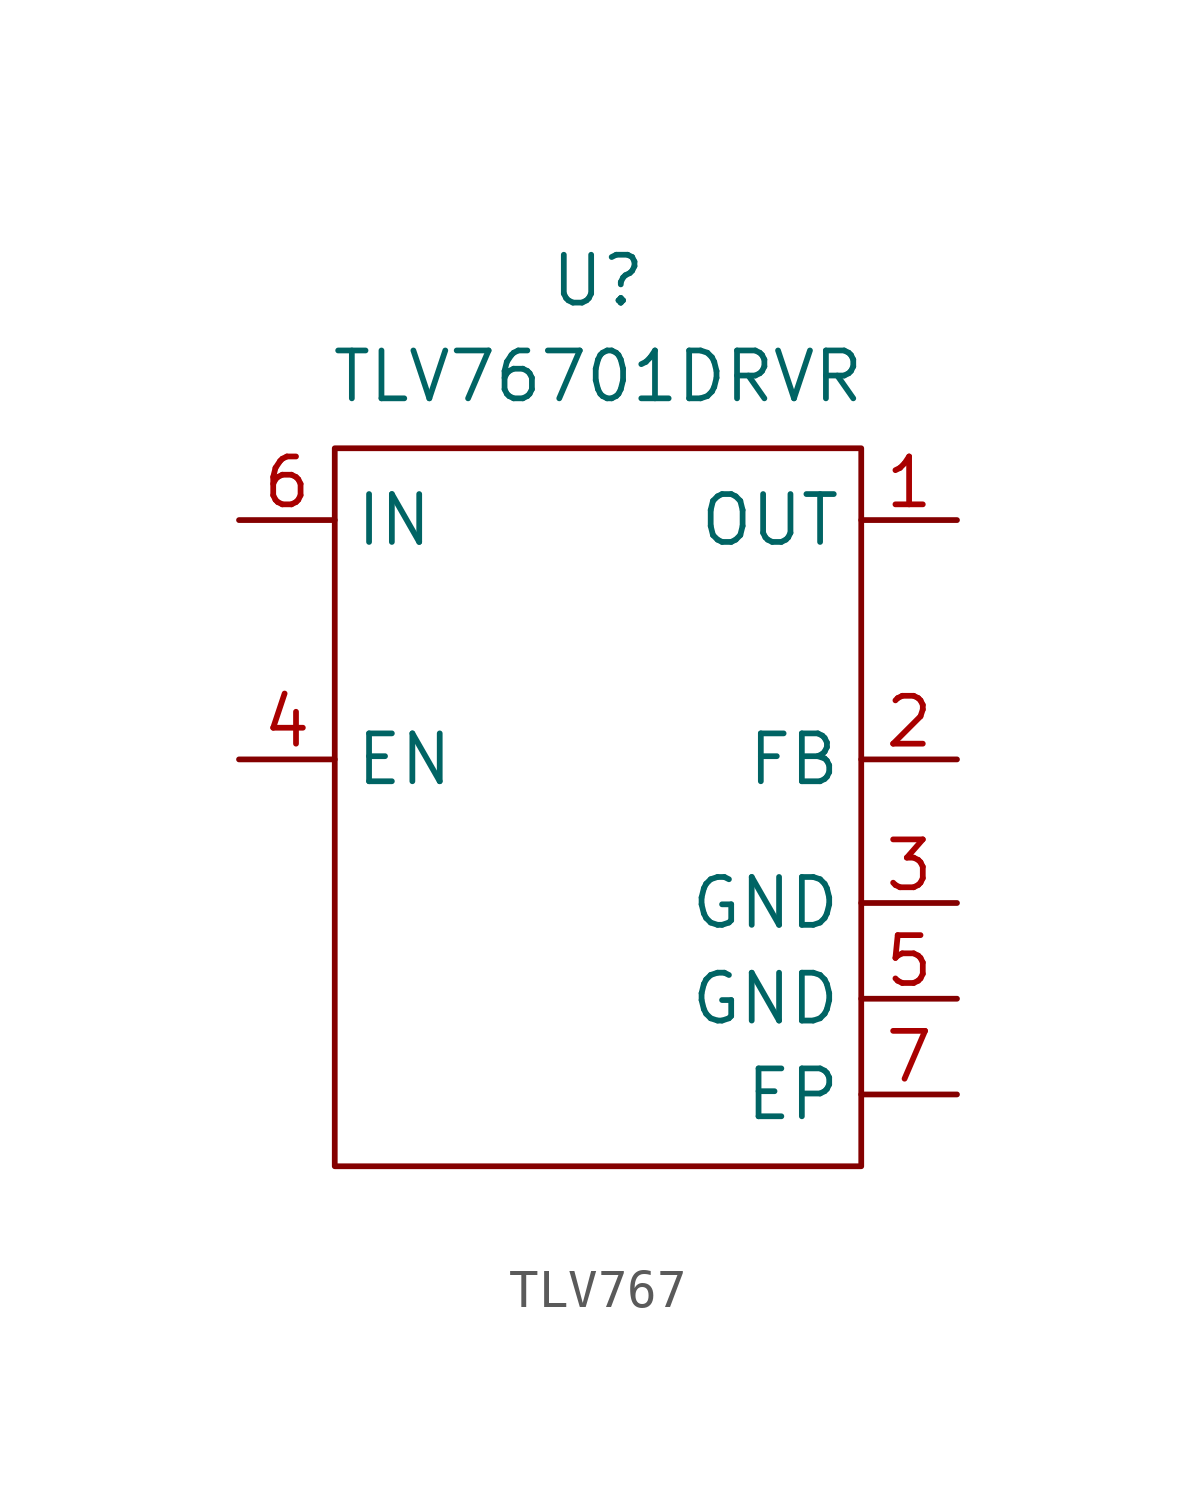
<source format=kicad_sym>
(kicad_symbol_lib
  (version 20231120)
  (generator "kicad_symbol_editor")
  (generator_version "8.0")
  (symbol "TLV767"
    (property "Reference" "U"
      (at 6.985 0 0)
      (effects (font (size 1.27 1.27))))
    (property "Value" "TLV76701DRVR"
      (at 6.985 -2.54 0)
      (effects (font (size 1.27 1.27))))
    (symbol "TLV767_0_1"
      (rectangle (start 0 -4.445) (end 13.97 -23.495) (stroke (width 0) (type default)) (fill (type none))))
    (symbol "TLV767_1_1"
      (pin unspecified line (at 16.51 -6.35 180) (length 2.54) (name "OUT" (effects (font (size 1.27 1.27)))) (number "1" (effects (font (size 1.27 1.27)))))
      (pin unspecified line (at 16.51 -12.7 180) (length 2.54) (name "FB" (effects (font (size 1.27 1.27)))) (number "2" (effects (font (size 1.27 1.27)))))
      (pin unspecified line (at 16.51 -16.51 180) (length 2.54) (name "GND" (effects (font (size 1.27 1.27)))) (number "3" (effects (font (size 1.27 1.27)))))
      (pin unspecified line (at -2.54 -12.7 0) (length 2.54) (name "EN" (effects (font (size 1.27 1.27)))) (number "4" (effects (font (size 1.27 1.27)))))
      (pin unspecified line (at 16.51 -19.05 180) (length 2.54) (name "GND" (effects (font (size 1.27 1.27)))) (number "5" (effects (font (size 1.27 1.27)))))
      (pin unspecified line (at -2.54 -6.35 0) (length 2.54) (name "IN" (effects (font (size 1.27 1.27)))) (number "6" (effects (font (size 1.27 1.27)))))
      (pin unspecified line (at 16.51 -21.59 180) (length 2.54) (name "EP" (effects (font (size 1.27 1.27)))) (number "7" (effects (font (size 1.27 1.27))))))))
</source>
